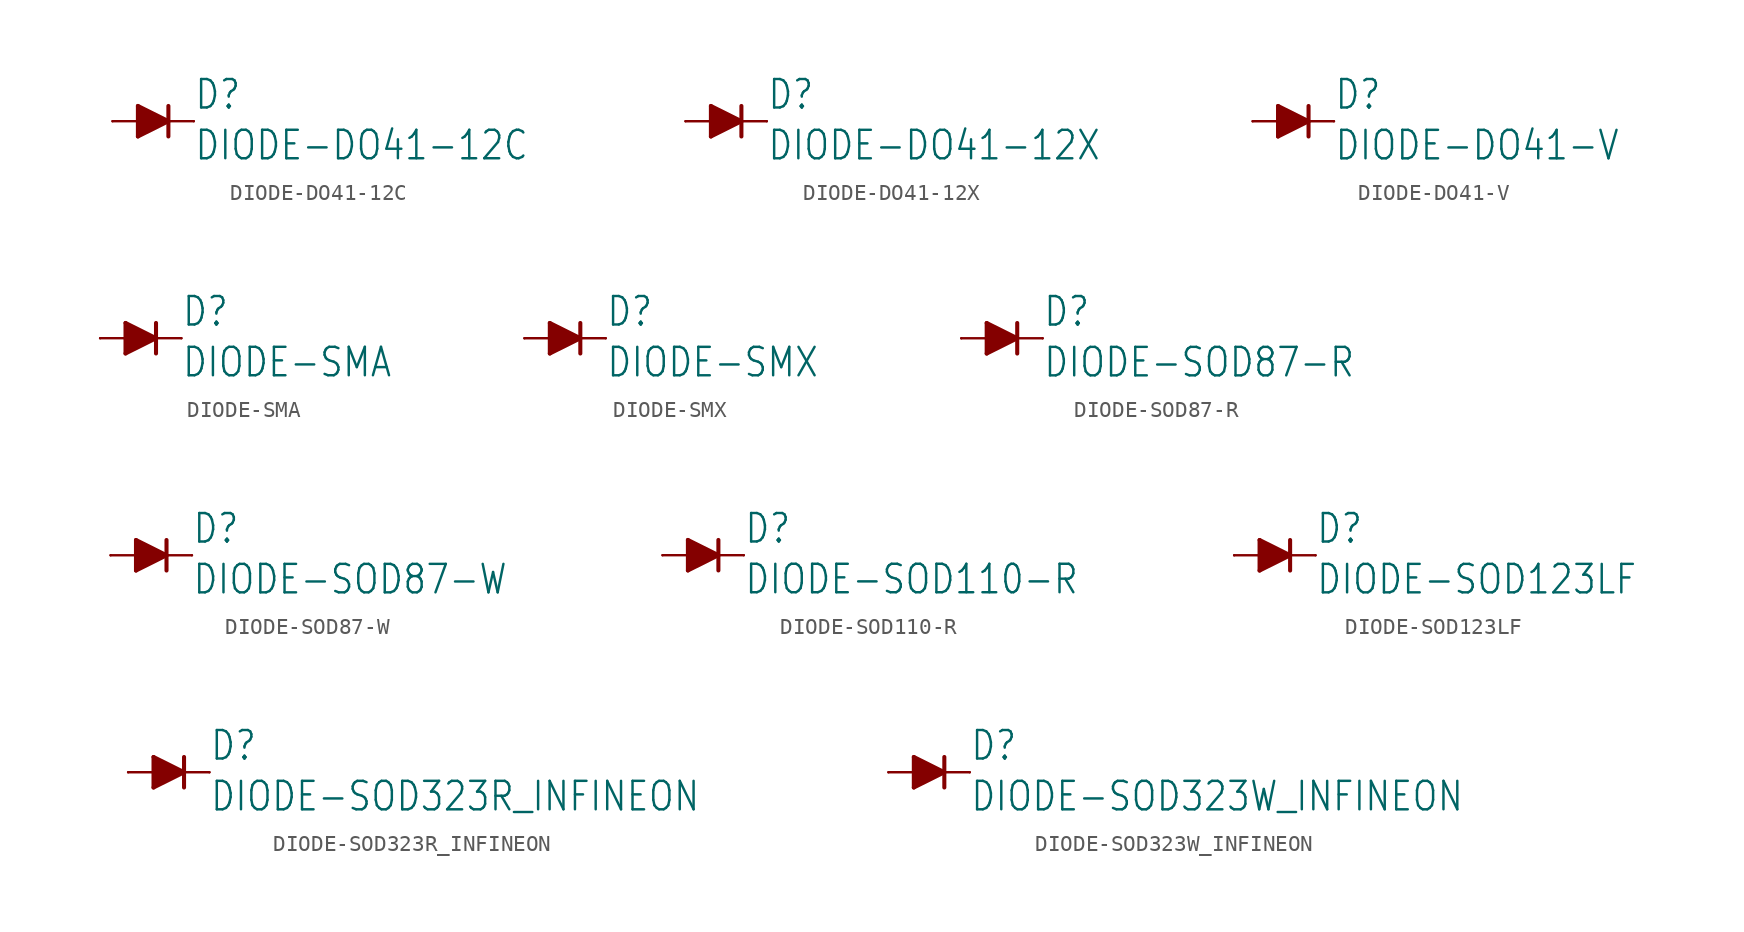
<source format=kicad_sym>
(kicad_symbol_lib
  (version 20211014)
  (generator kicad_symbol_editor)
  (symbol "DIODE-DO41-12C"
    (property "Reference" "D"
      (at 2.54 0.635 0)
      (effects (font (size 1.778 1.511)) (justify left bottom)))
    (property "Value" "DIODE-DO41-12C"
      (at 2.54 -2.54 0)
      (effects (font (size 1.778 1.511)) (justify left bottom)))
    (property "ki_locked" ""
      (at 0 0 0)
      (effects (font (size 1.27 1.27))))
    (symbol "DIODE-DO41-12C_1_0"
      (polyline (pts (xy -0.953 -0.953) (xy 0.953 0)) (stroke (width 0.254) (type default) (color 0 0 0 0)) (fill (type none)))
      (polyline (pts (xy -0.953 0) (xy -2.54 0)) (stroke (width 0.152) (type default) (color 0 0 0 0)) (fill (type none)))
      (polyline (pts (xy -0.953 0) (xy -0.953 -0.953)) (stroke (width 0.254) (type default) (color 0 0 0 0)) (fill (type none)))
      (polyline (pts (xy -0.953 0.953) (xy -0.953 0)) (stroke (width 0.254) (type default) (color 0 0 0 0)) (fill (type none)))
      (polyline (pts (xy 0.953 0) (xy -0.953 0.953)) (stroke (width 0.254) (type default) (color 0 0 0 0)) (fill (type none)))
      (polyline (pts (xy 0.953 0) (xy 0.953 -0.953)) (stroke (width 0.254) (type default) (color 0 0 0 0)) (fill (type none)))
      (polyline (pts (xy 0.953 0) (xy 2.54 0)) (stroke (width 0.152) (type default) (color 0 0 0 0)) (fill (type none)))
      (polyline (pts (xy 0.953 0.953) (xy 0.953 0)) (stroke (width 0.254) (type default) (color 0 0 0 0)) (fill (type none)))
      (polyline (pts (xy -0.953 0.953) (xy 0.953 0) (xy -0.953 -0.953)) (stroke (width 0) (type default) (color 0 0 0 0)) (fill (type outline)))
      (pin passive line (at -2.54 0 0) (length 0) (name "A" (effects (font (size 0 0)))) (number "A" (effects (font (size 0 0)))))
      (pin passive line (at 2.54 0 180) (length 0) (name "C" (effects (font (size 0 0)))) (number "C" (effects (font (size 0 0)))))))
  (symbol "DIODE-DO41-12X"
    (property "Reference" "D"
      (at 2.54 0.635 0)
      (effects (font (size 1.778 1.511)) (justify left bottom)))
    (property "Value" "DIODE-DO41-12X"
      (at 2.54 -2.54 0)
      (effects (font (size 1.778 1.511)) (justify left bottom)))
    (property "ki_locked" ""
      (at 0 0 0)
      (effects (font (size 1.27 1.27))))
    (symbol "DIODE-DO41-12X_1_0"
      (polyline (pts (xy -0.953 -0.953) (xy 0.953 0)) (stroke (width 0.254) (type default) (color 0 0 0 0)) (fill (type none)))
      (polyline (pts (xy -0.953 0) (xy -2.54 0)) (stroke (width 0.152) (type default) (color 0 0 0 0)) (fill (type none)))
      (polyline (pts (xy -0.953 0) (xy -0.953 -0.953)) (stroke (width 0.254) (type default) (color 0 0 0 0)) (fill (type none)))
      (polyline (pts (xy -0.953 0.953) (xy -0.953 0)) (stroke (width 0.254) (type default) (color 0 0 0 0)) (fill (type none)))
      (polyline (pts (xy 0.953 0) (xy -0.953 0.953)) (stroke (width 0.254) (type default) (color 0 0 0 0)) (fill (type none)))
      (polyline (pts (xy 0.953 0) (xy 0.953 -0.953)) (stroke (width 0.254) (type default) (color 0 0 0 0)) (fill (type none)))
      (polyline (pts (xy 0.953 0) (xy 2.54 0)) (stroke (width 0.152) (type default) (color 0 0 0 0)) (fill (type none)))
      (polyline (pts (xy 0.953 0.953) (xy 0.953 0)) (stroke (width 0.254) (type default) (color 0 0 0 0)) (fill (type none)))
      (polyline (pts (xy -0.953 0.953) (xy 0.953 0) (xy -0.953 -0.953)) (stroke (width 0) (type default) (color 0 0 0 0)) (fill (type outline)))
      (pin passive line (at -2.54 0 0) (length 0) (name "A" (effects (font (size 0 0)))) (number "A" (effects (font (size 0 0)))))
      (pin passive line (at 2.54 0 180) (length 0) (name "C" (effects (font (size 0 0)))) (number "C" (effects (font (size 0 0)))))))
  (symbol "DIODE-DO41-V"
    (property "Reference" "D"
      (at 2.54 0.635 0)
      (effects (font (size 1.778 1.511)) (justify left bottom)))
    (property "Value" "DIODE-DO41-V"
      (at 2.54 -2.54 0)
      (effects (font (size 1.778 1.511)) (justify left bottom)))
    (property "ki_locked" ""
      (at 0 0 0)
      (effects (font (size 1.27 1.27))))
    (symbol "DIODE-DO41-V_1_0"
      (polyline (pts (xy -0.953 -0.953) (xy 0.953 0)) (stroke (width 0.254) (type default) (color 0 0 0 0)) (fill (type none)))
      (polyline (pts (xy -0.953 0) (xy -2.54 0)) (stroke (width 0.152) (type default) (color 0 0 0 0)) (fill (type none)))
      (polyline (pts (xy -0.953 0) (xy -0.953 -0.953)) (stroke (width 0.254) (type default) (color 0 0 0 0)) (fill (type none)))
      (polyline (pts (xy -0.953 0.953) (xy -0.953 0)) (stroke (width 0.254) (type default) (color 0 0 0 0)) (fill (type none)))
      (polyline (pts (xy 0.953 0) (xy -0.953 0.953)) (stroke (width 0.254) (type default) (color 0 0 0 0)) (fill (type none)))
      (polyline (pts (xy 0.953 0) (xy 0.953 -0.953)) (stroke (width 0.254) (type default) (color 0 0 0 0)) (fill (type none)))
      (polyline (pts (xy 0.953 0) (xy 2.54 0)) (stroke (width 0.152) (type default) (color 0 0 0 0)) (fill (type none)))
      (polyline (pts (xy 0.953 0.953) (xy 0.953 0)) (stroke (width 0.254) (type default) (color 0 0 0 0)) (fill (type none)))
      (polyline (pts (xy -0.953 0.953) (xy 0.953 0) (xy -0.953 -0.953)) (stroke (width 0) (type default) (color 0 0 0 0)) (fill (type outline)))
      (pin passive line (at -2.54 0 0) (length 0) (name "A" (effects (font (size 0 0)))) (number "A" (effects (font (size 0 0)))))
      (pin passive line (at 2.54 0 180) (length 0) (name "C" (effects (font (size 0 0)))) (number "C" (effects (font (size 0 0)))))))
  (symbol "DIODE-SMA"
    (property "Reference" "D"
      (at 2.54 0.635 0)
      (effects (font (size 1.778 1.511)) (justify left bottom)))
    (property "Value" "DIODE-SMA"
      (at 2.54 -2.54 0)
      (effects (font (size 1.778 1.511)) (justify left bottom)))
    (property "ki_locked" ""
      (at 0 0 0)
      (effects (font (size 1.27 1.27))))
    (symbol "DIODE-SMA_1_0"
      (polyline (pts (xy -0.953 -0.953) (xy 0.953 0)) (stroke (width 0.254) (type default) (color 0 0 0 0)) (fill (type none)))
      (polyline (pts (xy -0.953 0) (xy -2.54 0)) (stroke (width 0.152) (type default) (color 0 0 0 0)) (fill (type none)))
      (polyline (pts (xy -0.953 0) (xy -0.953 -0.953)) (stroke (width 0.254) (type default) (color 0 0 0 0)) (fill (type none)))
      (polyline (pts (xy -0.953 0.953) (xy -0.953 0)) (stroke (width 0.254) (type default) (color 0 0 0 0)) (fill (type none)))
      (polyline (pts (xy 0.953 0) (xy -0.953 0.953)) (stroke (width 0.254) (type default) (color 0 0 0 0)) (fill (type none)))
      (polyline (pts (xy 0.953 0) (xy 0.953 -0.953)) (stroke (width 0.254) (type default) (color 0 0 0 0)) (fill (type none)))
      (polyline (pts (xy 0.953 0) (xy 2.54 0)) (stroke (width 0.152) (type default) (color 0 0 0 0)) (fill (type none)))
      (polyline (pts (xy 0.953 0.953) (xy 0.953 0)) (stroke (width 0.254) (type default) (color 0 0 0 0)) (fill (type none)))
      (polyline (pts (xy -0.953 0.953) (xy 0.953 0) (xy -0.953 -0.953)) (stroke (width 0) (type default) (color 0 0 0 0)) (fill (type outline)))
      (pin passive line (at -2.54 0 0) (length 0) (name "A" (effects (font (size 0 0)))) (number "A" (effects (font (size 0 0)))))
      (pin passive line (at 2.54 0 180) (length 0) (name "C" (effects (font (size 0 0)))) (number "C" (effects (font (size 0 0)))))))
  (symbol "DIODE-SMX"
    (property "Reference" "D"
      (at 2.54 0.635 0)
      (effects (font (size 1.778 1.511)) (justify left bottom)))
    (property "Value" "DIODE-SMX"
      (at 2.54 -2.54 0)
      (effects (font (size 1.778 1.511)) (justify left bottom)))
    (property "ki_locked" ""
      (at 0 0 0)
      (effects (font (size 1.27 1.27))))
    (symbol "DIODE-SMX_1_0"
      (polyline (pts (xy -0.953 -0.953) (xy 0.953 0)) (stroke (width 0.254) (type default) (color 0 0 0 0)) (fill (type none)))
      (polyline (pts (xy -0.953 0) (xy -2.54 0)) (stroke (width 0.152) (type default) (color 0 0 0 0)) (fill (type none)))
      (polyline (pts (xy -0.953 0) (xy -0.953 -0.953)) (stroke (width 0.254) (type default) (color 0 0 0 0)) (fill (type none)))
      (polyline (pts (xy -0.953 0.953) (xy -0.953 0)) (stroke (width 0.254) (type default) (color 0 0 0 0)) (fill (type none)))
      (polyline (pts (xy 0.953 0) (xy -0.953 0.953)) (stroke (width 0.254) (type default) (color 0 0 0 0)) (fill (type none)))
      (polyline (pts (xy 0.953 0) (xy 0.953 -0.953)) (stroke (width 0.254) (type default) (color 0 0 0 0)) (fill (type none)))
      (polyline (pts (xy 0.953 0) (xy 2.54 0)) (stroke (width 0.152) (type default) (color 0 0 0 0)) (fill (type none)))
      (polyline (pts (xy 0.953 0.953) (xy 0.953 0)) (stroke (width 0.254) (type default) (color 0 0 0 0)) (fill (type none)))
      (polyline (pts (xy -0.953 0.953) (xy 0.953 0) (xy -0.953 -0.953)) (stroke (width 0) (type default) (color 0 0 0 0)) (fill (type outline)))
      (pin passive line (at -2.54 0 0) (length 0) (name "A" (effects (font (size 0 0)))) (number "A" (effects (font (size 0 0)))))
      (pin passive line (at 2.54 0 180) (length 0) (name "C" (effects (font (size 0 0)))) (number "C" (effects (font (size 0 0)))))))
  (symbol "DIODE-SOD87-R"
    (property "Reference" "D"
      (at 2.54 0.635 0)
      (effects (font (size 1.778 1.511)) (justify left bottom)))
    (property "Value" "DIODE-SOD87-R"
      (at 2.54 -2.54 0)
      (effects (font (size 1.778 1.511)) (justify left bottom)))
    (property "ki_locked" ""
      (at 0 0 0)
      (effects (font (size 1.27 1.27))))
    (symbol "DIODE-SOD87-R_1_0"
      (polyline (pts (xy -0.953 -0.953) (xy 0.953 0)) (stroke (width 0.254) (type default) (color 0 0 0 0)) (fill (type none)))
      (polyline (pts (xy -0.953 0) (xy -2.54 0)) (stroke (width 0.152) (type default) (color 0 0 0 0)) (fill (type none)))
      (polyline (pts (xy -0.953 0) (xy -0.953 -0.953)) (stroke (width 0.254) (type default) (color 0 0 0 0)) (fill (type none)))
      (polyline (pts (xy -0.953 0.953) (xy -0.953 0)) (stroke (width 0.254) (type default) (color 0 0 0 0)) (fill (type none)))
      (polyline (pts (xy 0.953 0) (xy -0.953 0.953)) (stroke (width 0.254) (type default) (color 0 0 0 0)) (fill (type none)))
      (polyline (pts (xy 0.953 0) (xy 0.953 -0.953)) (stroke (width 0.254) (type default) (color 0 0 0 0)) (fill (type none)))
      (polyline (pts (xy 0.953 0) (xy 2.54 0)) (stroke (width 0.152) (type default) (color 0 0 0 0)) (fill (type none)))
      (polyline (pts (xy 0.953 0.953) (xy 0.953 0)) (stroke (width 0.254) (type default) (color 0 0 0 0)) (fill (type none)))
      (polyline (pts (xy -0.953 0.953) (xy 0.953 0) (xy -0.953 -0.953)) (stroke (width 0) (type default) (color 0 0 0 0)) (fill (type outline)))
      (pin passive line (at -2.54 0 0) (length 0) (name "A" (effects (font (size 0 0)))) (number "A" (effects (font (size 0 0)))))
      (pin passive line (at 2.54 0 180) (length 0) (name "C" (effects (font (size 0 0)))) (number "C" (effects (font (size 0 0)))))))
  (symbol "DIODE-SOD87-W"
    (property "Reference" "D"
      (at 2.54 0.635 0)
      (effects (font (size 1.778 1.511)) (justify left bottom)))
    (property "Value" "DIODE-SOD87-W"
      (at 2.54 -2.54 0)
      (effects (font (size 1.778 1.511)) (justify left bottom)))
    (property "ki_locked" ""
      (at 0 0 0)
      (effects (font (size 1.27 1.27))))
    (symbol "DIODE-SOD87-W_1_0"
      (polyline (pts (xy -0.953 -0.953) (xy 0.953 0)) (stroke (width 0.254) (type default) (color 0 0 0 0)) (fill (type none)))
      (polyline (pts (xy -0.953 0) (xy -2.54 0)) (stroke (width 0.152) (type default) (color 0 0 0 0)) (fill (type none)))
      (polyline (pts (xy -0.953 0) (xy -0.953 -0.953)) (stroke (width 0.254) (type default) (color 0 0 0 0)) (fill (type none)))
      (polyline (pts (xy -0.953 0.953) (xy -0.953 0)) (stroke (width 0.254) (type default) (color 0 0 0 0)) (fill (type none)))
      (polyline (pts (xy 0.953 0) (xy -0.953 0.953)) (stroke (width 0.254) (type default) (color 0 0 0 0)) (fill (type none)))
      (polyline (pts (xy 0.953 0) (xy 0.953 -0.953)) (stroke (width 0.254) (type default) (color 0 0 0 0)) (fill (type none)))
      (polyline (pts (xy 0.953 0) (xy 2.54 0)) (stroke (width 0.152) (type default) (color 0 0 0 0)) (fill (type none)))
      (polyline (pts (xy 0.953 0.953) (xy 0.953 0)) (stroke (width 0.254) (type default) (color 0 0 0 0)) (fill (type none)))
      (polyline (pts (xy -0.953 0.953) (xy 0.953 0) (xy -0.953 -0.953)) (stroke (width 0) (type default) (color 0 0 0 0)) (fill (type outline)))
      (pin passive line (at -2.54 0 0) (length 0) (name "A" (effects (font (size 0 0)))) (number "A" (effects (font (size 0 0)))))
      (pin passive line (at 2.54 0 180) (length 0) (name "C" (effects (font (size 0 0)))) (number "C" (effects (font (size 0 0)))))))
  (symbol "DIODE-SOD110-R"
    (property "Reference" "D"
      (at 2.54 0.635 0)
      (effects (font (size 1.778 1.511)) (justify left bottom)))
    (property "Value" "DIODE-SOD110-R"
      (at 2.54 -2.54 0)
      (effects (font (size 1.778 1.511)) (justify left bottom)))
    (property "ki_locked" ""
      (at 0 0 0)
      (effects (font (size 1.27 1.27))))
    (symbol "DIODE-SOD110-R_1_0"
      (polyline (pts (xy -0.953 -0.953) (xy 0.953 0)) (stroke (width 0.254) (type default) (color 0 0 0 0)) (fill (type none)))
      (polyline (pts (xy -0.953 0) (xy -2.54 0)) (stroke (width 0.152) (type default) (color 0 0 0 0)) (fill (type none)))
      (polyline (pts (xy -0.953 0) (xy -0.953 -0.953)) (stroke (width 0.254) (type default) (color 0 0 0 0)) (fill (type none)))
      (polyline (pts (xy -0.953 0.953) (xy -0.953 0)) (stroke (width 0.254) (type default) (color 0 0 0 0)) (fill (type none)))
      (polyline (pts (xy 0.953 0) (xy -0.953 0.953)) (stroke (width 0.254) (type default) (color 0 0 0 0)) (fill (type none)))
      (polyline (pts (xy 0.953 0) (xy 0.953 -0.953)) (stroke (width 0.254) (type default) (color 0 0 0 0)) (fill (type none)))
      (polyline (pts (xy 0.953 0) (xy 2.54 0)) (stroke (width 0.152) (type default) (color 0 0 0 0)) (fill (type none)))
      (polyline (pts (xy 0.953 0.953) (xy 0.953 0)) (stroke (width 0.254) (type default) (color 0 0 0 0)) (fill (type none)))
      (polyline (pts (xy -0.953 0.953) (xy 0.953 0) (xy -0.953 -0.953)) (stroke (width 0) (type default) (color 0 0 0 0)) (fill (type outline)))
      (pin passive line (at -2.54 0 0) (length 0) (name "A" (effects (font (size 0 0)))) (number "A" (effects (font (size 0 0)))))
      (pin passive line (at 2.54 0 180) (length 0) (name "C" (effects (font (size 0 0)))) (number "C" (effects (font (size 0 0)))))))
  (symbol "DIODE-SOD123LF"
    (property "Reference" "D"
      (at 2.54 0.635 0)
      (effects (font (size 1.778 1.511)) (justify left bottom)))
    (property "Value" "DIODE-SOD123LF"
      (at 2.54 -2.54 0)
      (effects (font (size 1.778 1.511)) (justify left bottom)))
    (property "ki_locked" ""
      (at 0 0 0)
      (effects (font (size 1.27 1.27))))
    (symbol "DIODE-SOD123LF_1_0"
      (polyline (pts (xy -0.953 -0.953) (xy 0.953 0)) (stroke (width 0.254) (type default) (color 0 0 0 0)) (fill (type none)))
      (polyline (pts (xy -0.953 0) (xy -2.54 0)) (stroke (width 0.152) (type default) (color 0 0 0 0)) (fill (type none)))
      (polyline (pts (xy -0.953 0) (xy -0.953 -0.953)) (stroke (width 0.254) (type default) (color 0 0 0 0)) (fill (type none)))
      (polyline (pts (xy -0.953 0.953) (xy -0.953 0)) (stroke (width 0.254) (type default) (color 0 0 0 0)) (fill (type none)))
      (polyline (pts (xy 0.953 0) (xy -0.953 0.953)) (stroke (width 0.254) (type default) (color 0 0 0 0)) (fill (type none)))
      (polyline (pts (xy 0.953 0) (xy 0.953 -0.953)) (stroke (width 0.254) (type default) (color 0 0 0 0)) (fill (type none)))
      (polyline (pts (xy 0.953 0) (xy 2.54 0)) (stroke (width 0.152) (type default) (color 0 0 0 0)) (fill (type none)))
      (polyline (pts (xy 0.953 0.953) (xy 0.953 0)) (stroke (width 0.254) (type default) (color 0 0 0 0)) (fill (type none)))
      (polyline (pts (xy -0.953 0.953) (xy 0.953 0) (xy -0.953 -0.953)) (stroke (width 0) (type default) (color 0 0 0 0)) (fill (type outline)))
      (pin passive line (at -2.54 0 0) (length 0) (name "A" (effects (font (size 0 0)))) (number "A" (effects (font (size 0 0)))))
      (pin passive line (at 2.54 0 180) (length 0) (name "C" (effects (font (size 0 0)))) (number "C" (effects (font (size 0 0)))))))
  (symbol "DIODE-SOD323R_INFINEON"
    (property "Reference" "D"
      (at 2.54 0.635 0)
      (effects (font (size 1.778 1.511)) (justify left bottom)))
    (property "Value" "DIODE-SOD323R_INFINEON"
      (at 2.54 -2.54 0)
      (effects (font (size 1.778 1.511)) (justify left bottom)))
    (property "ki_locked" ""
      (at 0 0 0)
      (effects (font (size 1.27 1.27))))
    (symbol "DIODE-SOD323R_INFINEON_1_0"
      (polyline (pts (xy -0.953 -0.953) (xy 0.953 0)) (stroke (width 0.254) (type default) (color 0 0 0 0)) (fill (type none)))
      (polyline (pts (xy -0.953 0) (xy -2.54 0)) (stroke (width 0.152) (type default) (color 0 0 0 0)) (fill (type none)))
      (polyline (pts (xy -0.953 0) (xy -0.953 -0.953)) (stroke (width 0.254) (type default) (color 0 0 0 0)) (fill (type none)))
      (polyline (pts (xy -0.953 0.953) (xy -0.953 0)) (stroke (width 0.254) (type default) (color 0 0 0 0)) (fill (type none)))
      (polyline (pts (xy 0.953 0) (xy -0.953 0.953)) (stroke (width 0.254) (type default) (color 0 0 0 0)) (fill (type none)))
      (polyline (pts (xy 0.953 0) (xy 0.953 -0.953)) (stroke (width 0.254) (type default) (color 0 0 0 0)) (fill (type none)))
      (polyline (pts (xy 0.953 0) (xy 2.54 0)) (stroke (width 0.152) (type default) (color 0 0 0 0)) (fill (type none)))
      (polyline (pts (xy 0.953 0.953) (xy 0.953 0)) (stroke (width 0.254) (type default) (color 0 0 0 0)) (fill (type none)))
      (polyline (pts (xy -0.953 0.953) (xy 0.953 0) (xy -0.953 -0.953)) (stroke (width 0) (type default) (color 0 0 0 0)) (fill (type outline)))
      (pin passive line (at -2.54 0 0) (length 0) (name "A" (effects (font (size 0 0)))) (number "A" (effects (font (size 0 0)))))
      (pin passive line (at 2.54 0 180) (length 0) (name "C" (effects (font (size 0 0)))) (number "C" (effects (font (size 0 0)))))))
  (symbol "DIODE-SOD323W_INFINEON"
    (property "Reference" "D"
      (at 2.54 0.635 0)
      (effects (font (size 1.778 1.511)) (justify left bottom)))
    (property "Value" "DIODE-SOD323W_INFINEON"
      (at 2.54 -2.54 0)
      (effects (font (size 1.778 1.511)) (justify left bottom)))
    (property "ki_locked" ""
      (at 0 0 0)
      (effects (font (size 1.27 1.27))))
    (symbol "DIODE-SOD323W_INFINEON_1_0"
      (polyline (pts (xy -0.953 -0.953) (xy 0.953 0)) (stroke (width 0.254) (type default) (color 0 0 0 0)) (fill (type none)))
      (polyline (pts (xy -0.953 0) (xy -2.54 0)) (stroke (width 0.152) (type default) (color 0 0 0 0)) (fill (type none)))
      (polyline (pts (xy -0.953 0) (xy -0.953 -0.953)) (stroke (width 0.254) (type default) (color 0 0 0 0)) (fill (type none)))
      (polyline (pts (xy -0.953 0.953) (xy -0.953 0)) (stroke (width 0.254) (type default) (color 0 0 0 0)) (fill (type none)))
      (polyline (pts (xy 0.953 0) (xy -0.953 0.953)) (stroke (width 0.254) (type default) (color 0 0 0 0)) (fill (type none)))
      (polyline (pts (xy 0.953 0) (xy 0.953 -0.953)) (stroke (width 0.254) (type default) (color 0 0 0 0)) (fill (type none)))
      (polyline (pts (xy 0.953 0) (xy 2.54 0)) (stroke (width 0.152) (type default) (color 0 0 0 0)) (fill (type none)))
      (polyline (pts (xy 0.953 0.953) (xy 0.953 0)) (stroke (width 0.254) (type default) (color 0 0 0 0)) (fill (type none)))
      (polyline (pts (xy -0.953 0.953) (xy 0.953 0) (xy -0.953 -0.953)) (stroke (width 0) (type default) (color 0 0 0 0)) (fill (type outline)))
      (pin passive line (at -2.54 0 0) (length 0) (name "A" (effects (font (size 0 0)))) (number "A" (effects (font (size 0 0)))))
      (pin passive line (at 2.54 0 180) (length 0) (name "C" (effects (font (size 0 0)))) (number "C" (effects (font (size 0 0))))))))
</source>
